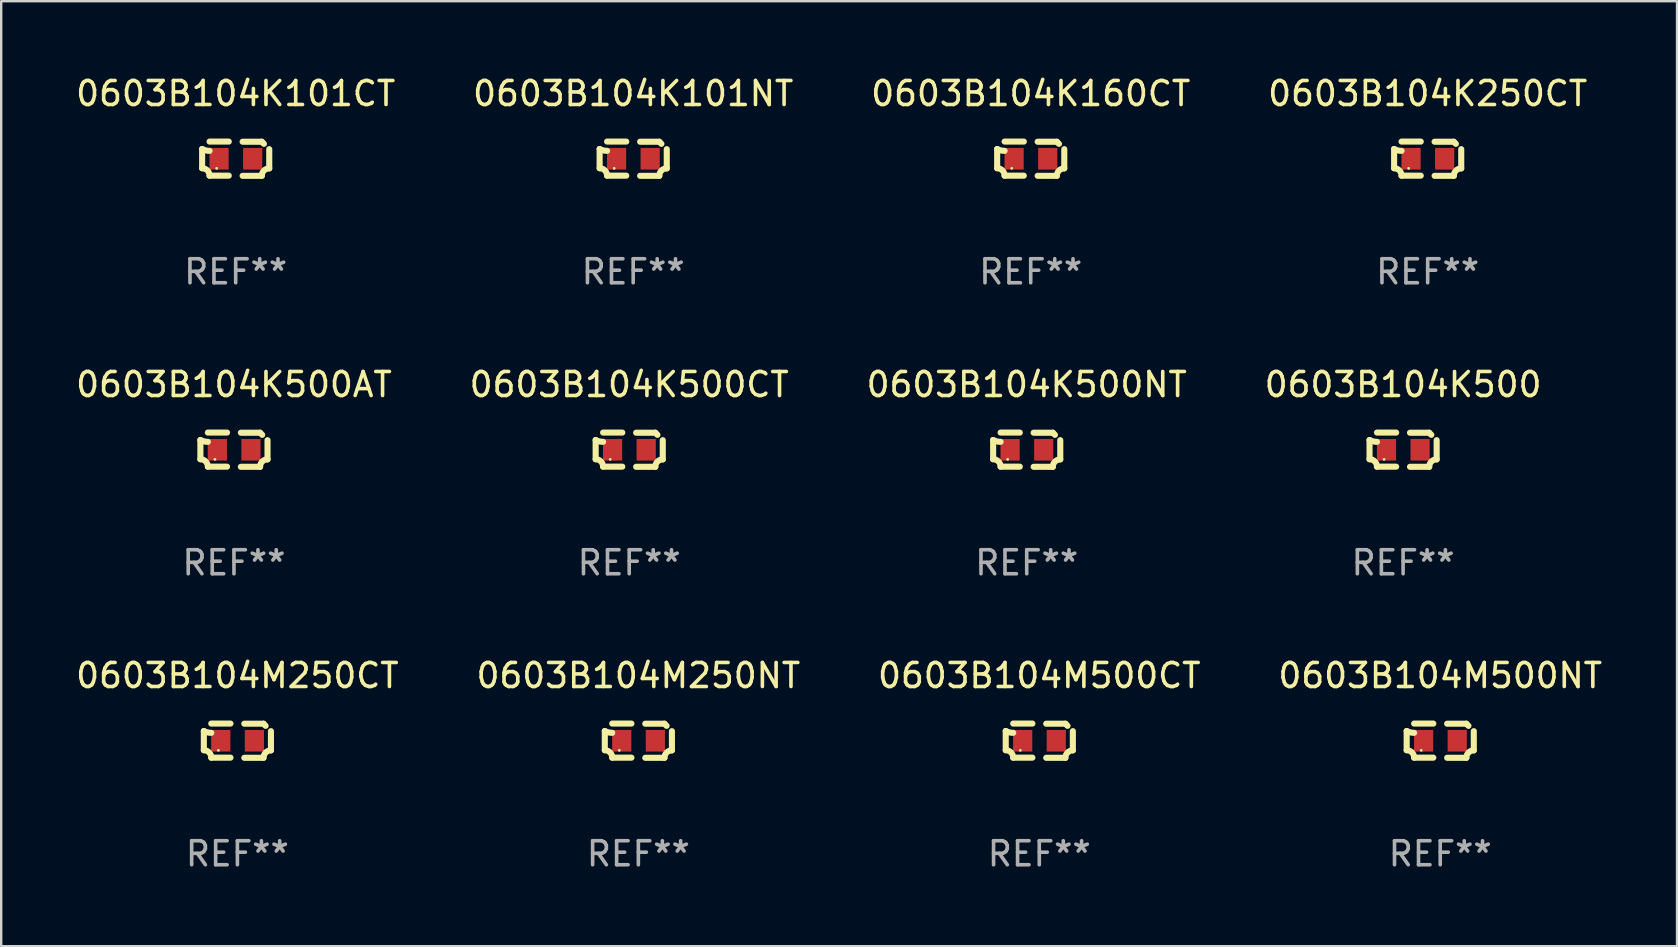
<source format=kicad_pcb>
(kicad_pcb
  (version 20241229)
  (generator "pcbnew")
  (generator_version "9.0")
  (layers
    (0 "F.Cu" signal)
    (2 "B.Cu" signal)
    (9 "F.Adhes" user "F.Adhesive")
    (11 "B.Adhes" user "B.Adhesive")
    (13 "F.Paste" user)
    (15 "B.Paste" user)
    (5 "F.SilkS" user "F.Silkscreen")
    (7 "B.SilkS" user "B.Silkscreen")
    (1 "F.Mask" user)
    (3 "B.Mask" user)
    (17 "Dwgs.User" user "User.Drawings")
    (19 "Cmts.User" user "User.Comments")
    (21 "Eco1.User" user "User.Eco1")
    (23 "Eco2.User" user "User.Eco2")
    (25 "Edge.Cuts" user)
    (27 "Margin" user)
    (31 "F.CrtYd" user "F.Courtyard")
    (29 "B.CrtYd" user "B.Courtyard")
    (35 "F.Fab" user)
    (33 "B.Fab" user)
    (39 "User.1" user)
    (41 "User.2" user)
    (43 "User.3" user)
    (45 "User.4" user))
  (footprint "0603B104K250CT"
    (layer "F.Cu")
    (at 56.423 3.561)
    (property "Reference" "0603B104K250CT" (at 0 -2.713 0) (layer "F.SilkS") (effects (font (size 1 1) (thickness 0.15))))
    (attr through_hole)
    (fp_line (start -1.398 -0.403) (end -1.398 0.397) (stroke (width 0.254) (type solid)) (layer "F.SilkS"))
    (fp_line (start -0.288 -0.713) (end -1.088 -0.713) (stroke (width 0.254) (type solid)) (layer "F.SilkS"))
    (fp_line (start -0.288 0.707) (end -1.088 0.707) (stroke (width 0.254) (type solid)) (layer "F.SilkS"))
    (fp_line (start 0.288 -0.707) (end 1.088 -0.707) (stroke (width 0.254) (type solid)) (layer "F.SilkS"))
    (fp_line (start 0.288 0.713) (end 1.088 0.713) (stroke (width 0.254) (type solid)) (layer "F.SilkS"))
    (fp_line (start 1.398 -0.397) (end 1.398 0.403) (stroke (width 0.254) (type solid)) (layer "F.SilkS"))
    (fp_arc (start -1.397789 0.397066) (mid -1.178701 0.487826) (end -1.08796 0.706922) (stroke (width 0.254001) (type solid)) (layer "F.SilkS"))
    (fp_arc (start -1.08796 -0.327176) (mid -1.247436 -0.346384) (end -1.39779 -0.402908) (stroke (width 0.254001) (type solid)) (layer "F.SilkS"))
    (fp_arc (start 1.087909 0.712738) (mid 1.178656 0.493655) (end 1.397739 0.402908) (stroke (width 0.254001) (type solid)) (layer "F.SilkS"))
    (fp_arc (start 1.175925 -0.618926) (mid 1.131917 -0.662923) (end 1.08791 -0.706922) (stroke (width 0.254001) (type solid)) (layer "F.SilkS"))
    (fp_circle (center -0.792 0.403) (end -0.762 0.403) (stroke (width 0.06) (type solid)) (fill no) (layer "F.SilkS"))
    (fp_text user "REF**" (at 0 4.713 0) (layer "F.Fab") (effects (font (size 1 1) (thickness 0.15))))
    (pad "1" smd rect (at -0.692 0.003) (size 0.8 0.9) (layers "F.Cu" "F.Mask" "F.Paste"))
    (pad "2" smd rect (at 0.708 0.003) (size 0.8 0.9) (layers "F.Cu" "F.Mask" "F.Paste")))
  (footprint "0603B104M250CT"
    (layer "F.Cu")
    (at 6.839 27.805)
    (property "Reference" "0603B104M250CT" (at 0 -2.713 0) (layer "F.SilkS") (effects (font (size 1 1) (thickness 0.15))))
    (attr through_hole)
    (fp_line (start -1.398 -0.403) (end -1.398 0.397) (stroke (width 0.254) (type solid)) (layer "F.SilkS"))
    (fp_line (start -0.288 -0.713) (end -1.088 -0.713) (stroke (width 0.254) (type solid)) (layer "F.SilkS"))
    (fp_line (start -0.288 0.707) (end -1.088 0.707) (stroke (width 0.254) (type solid)) (layer "F.SilkS"))
    (fp_line (start 0.288 -0.707) (end 1.088 -0.707) (stroke (width 0.254) (type solid)) (layer "F.SilkS"))
    (fp_line (start 0.288 0.713) (end 1.088 0.713) (stroke (width 0.254) (type solid)) (layer "F.SilkS"))
    (fp_line (start 1.398 -0.397) (end 1.398 0.403) (stroke (width 0.254) (type solid)) (layer "F.SilkS"))
    (fp_arc (start -1.397789 0.397066) (mid -1.178701 0.487826) (end -1.08796 0.706922) (stroke (width 0.254001) (type solid)) (layer "F.SilkS"))
    (fp_arc (start -1.08796 -0.327176) (mid -1.247436 -0.346384) (end -1.39779 -0.402908) (stroke (width 0.254001) (type solid)) (layer "F.SilkS"))
    (fp_arc (start 1.087909 0.712738) (mid 1.178656 0.493655) (end 1.397739 0.402908) (stroke (width 0.254001) (type solid)) (layer "F.SilkS"))
    (fp_arc (start 1.175925 -0.618926) (mid 1.131917 -0.662923) (end 1.08791 -0.706922) (stroke (width 0.254001) (type solid)) (layer "F.SilkS"))
    (fp_circle (center -0.792 0.403) (end -0.762 0.403) (stroke (width 0.06) (type solid)) (fill no) (layer "F.SilkS"))
    (fp_text user "REF**" (at 0 4.713 0) (layer "F.Fab") (effects (font (size 1 1) (thickness 0.15))))
    (pad "1" smd rect (at -0.692 0.003) (size 0.8 0.9) (layers "F.Cu" "F.Mask" "F.Paste"))
    (pad "2" smd rect (at 0.708 0.003) (size 0.8 0.9) (layers "F.Cu" "F.Mask" "F.Paste")))
  (footprint "0603B104K160CT"
    (layer "F.Cu")
    (at 39.887 3.561)
    (property "Reference" "0603B104K160CT" (at 0 -2.713 0) (layer "F.SilkS") (effects (font (size 1 1) (thickness 0.15))))
    (attr through_hole)
    (fp_line (start -1.398 -0.403) (end -1.398 0.397) (stroke (width 0.254) (type solid)) (layer "F.SilkS"))
    (fp_line (start -0.288 -0.713) (end -1.088 -0.713) (stroke (width 0.254) (type solid)) (layer "F.SilkS"))
    (fp_line (start -0.288 0.707) (end -1.088 0.707) (stroke (width 0.254) (type solid)) (layer "F.SilkS"))
    (fp_line (start 0.288 -0.707) (end 1.088 -0.707) (stroke (width 0.254) (type solid)) (layer "F.SilkS"))
    (fp_line (start 0.288 0.713) (end 1.088 0.713) (stroke (width 0.254) (type solid)) (layer "F.SilkS"))
    (fp_line (start 1.398 -0.397) (end 1.398 0.403) (stroke (width 0.254) (type solid)) (layer "F.SilkS"))
    (fp_arc (start -1.397789 0.397066) (mid -1.178701 0.487826) (end -1.08796 0.706922) (stroke (width 0.254001) (type solid)) (layer "F.SilkS"))
    (fp_arc (start -1.08796 -0.327176) (mid -1.247436 -0.346384) (end -1.39779 -0.402908) (stroke (width 0.254001) (type solid)) (layer "F.SilkS"))
    (fp_arc (start 1.087909 0.712738) (mid 1.178656 0.493655) (end 1.397739 0.402908) (stroke (width 0.254001) (type solid)) (layer "F.SilkS"))
    (fp_arc (start 1.175925 -0.618926) (mid 1.131917 -0.662923) (end 1.08791 -0.706922) (stroke (width 0.254001) (type solid)) (layer "F.SilkS"))
    (fp_circle (center -0.792 0.403) (end -0.762 0.403) (stroke (width 0.06) (type solid)) (fill no) (layer "F.SilkS"))
    (fp_text user "REF**" (at 0 4.713 0) (layer "F.Fab") (effects (font (size 1 1) (thickness 0.15))))
    (pad "1" smd rect (at -0.692 0.003) (size 0.8 0.9) (layers "F.Cu" "F.Mask" "F.Paste"))
    (pad "2" smd rect (at 0.708 0.003) (size 0.8 0.9) (layers "F.Cu" "F.Mask" "F.Paste")))
  (footprint "0603B104M250NT"
    (layer "F.Cu")
    (at 23.542 27.805)
    (property "Reference" "0603B104M250NT" (at 0 -2.713 0) (layer "F.SilkS") (effects (font (size 1 1) (thickness 0.15))))
    (attr through_hole)
    (fp_line (start -1.398 -0.403) (end -1.398 0.397) (stroke (width 0.254) (type solid)) (layer "F.SilkS"))
    (fp_line (start -0.288 -0.713) (end -1.088 -0.713) (stroke (width 0.254) (type solid)) (layer "F.SilkS"))
    (fp_line (start -0.288 0.707) (end -1.088 0.707) (stroke (width 0.254) (type solid)) (layer "F.SilkS"))
    (fp_line (start 0.288 -0.707) (end 1.088 -0.707) (stroke (width 0.254) (type solid)) (layer "F.SilkS"))
    (fp_line (start 0.288 0.713) (end 1.088 0.713) (stroke (width 0.254) (type solid)) (layer "F.SilkS"))
    (fp_line (start 1.398 -0.397) (end 1.398 0.403) (stroke (width 0.254) (type solid)) (layer "F.SilkS"))
    (fp_arc (start -1.397789 0.397066) (mid -1.178701 0.487826) (end -1.08796 0.706922) (stroke (width 0.254001) (type solid)) (layer "F.SilkS"))
    (fp_arc (start -1.08796 -0.327176) (mid -1.247436 -0.346384) (end -1.39779 -0.402908) (stroke (width 0.254001) (type solid)) (layer "F.SilkS"))
    (fp_arc (start 1.087909 0.712738) (mid 1.178656 0.493655) (end 1.397739 0.402908) (stroke (width 0.254001) (type solid)) (layer "F.SilkS"))
    (fp_arc (start 1.175925 -0.618926) (mid 1.131917 -0.662923) (end 1.08791 -0.706922) (stroke (width 0.254001) (type solid)) (layer "F.SilkS"))
    (fp_circle (center -0.792 0.403) (end -0.762 0.403) (stroke (width 0.06) (type solid)) (fill no) (layer "F.SilkS"))
    (fp_text user "REF**" (at 0 4.713 0) (layer "F.Fab") (effects (font (size 1 1) (thickness 0.15))))
    (pad "1" smd rect (at -0.692 0.003) (size 0.8 0.9) (layers "F.Cu" "F.Mask" "F.Paste"))
    (pad "2" smd rect (at 0.708 0.003) (size 0.8 0.9) (layers "F.Cu" "F.Mask" "F.Paste")))
  (footprint "0603B104M500CT"
    (layer "F.Cu")
    (at 40.244 27.805)
    (property "Reference" "0603B104M500CT" (at 0 -2.713 0) (layer "F.SilkS") (effects (font (size 1 1) (thickness 0.15))))
    (attr through_hole)
    (fp_line (start -1.398 -0.403) (end -1.398 0.397) (stroke (width 0.254) (type solid)) (layer "F.SilkS"))
    (fp_line (start -0.288 -0.713) (end -1.088 -0.713) (stroke (width 0.254) (type solid)) (layer "F.SilkS"))
    (fp_line (start -0.288 0.707) (end -1.088 0.707) (stroke (width 0.254) (type solid)) (layer "F.SilkS"))
    (fp_line (start 0.288 -0.707) (end 1.088 -0.707) (stroke (width 0.254) (type solid)) (layer "F.SilkS"))
    (fp_line (start 0.288 0.713) (end 1.088 0.713) (stroke (width 0.254) (type solid)) (layer "F.SilkS"))
    (fp_line (start 1.398 -0.397) (end 1.398 0.403) (stroke (width 0.254) (type solid)) (layer "F.SilkS"))
    (fp_arc (start -1.397789 0.397066) (mid -1.178701 0.487826) (end -1.08796 0.706922) (stroke (width 0.254001) (type solid)) (layer "F.SilkS"))
    (fp_arc (start -1.08796 -0.327176) (mid -1.247436 -0.346384) (end -1.39779 -0.402908) (stroke (width 0.254001) (type solid)) (layer "F.SilkS"))
    (fp_arc (start 1.087909 0.712738) (mid 1.178656 0.493655) (end 1.397739 0.402908) (stroke (width 0.254001) (type solid)) (layer "F.SilkS"))
    (fp_arc (start 1.175925 -0.618926) (mid 1.131917 -0.662923) (end 1.08791 -0.706922) (stroke (width 0.254001) (type solid)) (layer "F.SilkS"))
    (fp_circle (center -0.792 0.403) (end -0.762 0.403) (stroke (width 0.06) (type solid)) (fill no) (layer "F.SilkS"))
    (fp_text user "REF**" (at 0 4.713 0) (layer "F.Fab") (effects (font (size 1 1) (thickness 0.15))))
    (pad "1" smd rect (at -0.692 0.003) (size 0.8 0.9) (layers "F.Cu" "F.Mask" "F.Paste"))
    (pad "2" smd rect (at 0.708 0.003) (size 0.8 0.9) (layers "F.Cu" "F.Mask" "F.Paste")))
  (footprint "0603B104K500CT"
    (layer "F.Cu")
    (at 23.161 15.683)
    (property "Reference" "0603B104K500CT" (at 0 -2.713 0) (layer "F.SilkS") (effects (font (size 1 1) (thickness 0.15))))
    (attr through_hole)
    (fp_line (start -1.398 -0.403) (end -1.398 0.397) (stroke (width 0.254) (type solid)) (layer "F.SilkS"))
    (fp_line (start -0.288 -0.713) (end -1.088 -0.713) (stroke (width 0.254) (type solid)) (layer "F.SilkS"))
    (fp_line (start -0.288 0.707) (end -1.088 0.707) (stroke (width 0.254) (type solid)) (layer "F.SilkS"))
    (fp_line (start 0.288 -0.707) (end 1.088 -0.707) (stroke (width 0.254) (type solid)) (layer "F.SilkS"))
    (fp_line (start 0.288 0.713) (end 1.088 0.713) (stroke (width 0.254) (type solid)) (layer "F.SilkS"))
    (fp_line (start 1.398 -0.397) (end 1.398 0.403) (stroke (width 0.254) (type solid)) (layer "F.SilkS"))
    (fp_arc (start -1.397789 0.397066) (mid -1.178701 0.487826) (end -1.08796 0.706922) (stroke (width 0.254001) (type solid)) (layer "F.SilkS"))
    (fp_arc (start -1.08796 -0.327176) (mid -1.247436 -0.346384) (end -1.39779 -0.402908) (stroke (width 0.254001) (type solid)) (layer "F.SilkS"))
    (fp_arc (start 1.087909 0.712738) (mid 1.178656 0.493655) (end 1.397739 0.402908) (stroke (width 0.254001) (type solid)) (layer "F.SilkS"))
    (fp_arc (start 1.175925 -0.618926) (mid 1.131917 -0.662923) (end 1.08791 -0.706922) (stroke (width 0.254001) (type solid)) (layer "F.SilkS"))
    (fp_circle (center -0.792 0.403) (end -0.762 0.403) (stroke (width 0.06) (type solid)) (fill no) (layer "F.SilkS"))
    (fp_text user "REF**" (at 0 4.713 0) (layer "F.Fab") (effects (font (size 1 1) (thickness 0.15))))
    (pad "1" smd rect (at -0.692 0.003) (size 0.8 0.9) (layers "F.Cu" "F.Mask" "F.Paste"))
    (pad "2" smd rect (at 0.708 0.003) (size 0.8 0.9) (layers "F.Cu" "F.Mask" "F.Paste")))
  (footprint "0603B104K101NT"
    (layer "F.Cu")
    (at 23.327 3.561)
    (property "Reference" "0603B104K101NT" (at 0 -2.713 0) (layer "F.SilkS") (effects (font (size 1 1) (thickness 0.15))))
    (attr through_hole)
    (fp_line (start -1.398 -0.403) (end -1.398 0.397) (stroke (width 0.254) (type solid)) (layer "F.SilkS"))
    (fp_line (start -0.288 -0.713) (end -1.088 -0.713) (stroke (width 0.254) (type solid)) (layer "F.SilkS"))
    (fp_line (start -0.288 0.707) (end -1.088 0.707) (stroke (width 0.254) (type solid)) (layer "F.SilkS"))
    (fp_line (start 0.288 -0.707) (end 1.088 -0.707) (stroke (width 0.254) (type solid)) (layer "F.SilkS"))
    (fp_line (start 0.288 0.713) (end 1.088 0.713) (stroke (width 0.254) (type solid)) (layer "F.SilkS"))
    (fp_line (start 1.398 -0.397) (end 1.398 0.403) (stroke (width 0.254) (type solid)) (layer "F.SilkS"))
    (fp_arc (start -1.397789 0.397066) (mid -1.178701 0.487826) (end -1.08796 0.706922) (stroke (width 0.254001) (type solid)) (layer "F.SilkS"))
    (fp_arc (start -1.08796 -0.327176) (mid -1.247436 -0.346384) (end -1.39779 -0.402908) (stroke (width 0.254001) (type solid)) (layer "F.SilkS"))
    (fp_arc (start 1.087909 0.712738) (mid 1.178656 0.493655) (end 1.397739 0.402908) (stroke (width 0.254001) (type solid)) (layer "F.SilkS"))
    (fp_arc (start 1.175925 -0.618926) (mid 1.131917 -0.662923) (end 1.08791 -0.706922) (stroke (width 0.254001) (type solid)) (layer "F.SilkS"))
    (fp_circle (center -0.792 0.403) (end -0.762 0.403) (stroke (width 0.06) (type solid)) (fill no) (layer "F.SilkS"))
    (fp_text user "REF**" (at 0 4.713 0) (layer "F.Fab") (effects (font (size 1 1) (thickness 0.15))))
    (pad "1" smd rect (at -0.692 0.003) (size 0.8 0.9) (layers "F.Cu" "F.Mask" "F.Paste"))
    (pad "2" smd rect (at 0.708 0.003) (size 0.8 0.9) (layers "F.Cu" "F.Mask" "F.Paste")))
  (footprint "0603B104K500"
    (layer "F.Cu")
    (at 55.399 15.683)
    (property "Reference" "0603B104K500" (at 0 -2.713 0) (layer "F.SilkS") (effects (font (size 1 1) (thickness 0.15))))
    (attr through_hole)
    (fp_line (start -1.398 -0.403) (end -1.398 0.397) (stroke (width 0.254) (type solid)) (layer "F.SilkS"))
    (fp_line (start -0.288 -0.713) (end -1.088 -0.713) (stroke (width 0.254) (type solid)) (layer "F.SilkS"))
    (fp_line (start -0.288 0.707) (end -1.088 0.707) (stroke (width 0.254) (type solid)) (layer "F.SilkS"))
    (fp_line (start 0.288 -0.707) (end 1.088 -0.707) (stroke (width 0.254) (type solid)) (layer "F.SilkS"))
    (fp_line (start 0.288 0.713) (end 1.088 0.713) (stroke (width 0.254) (type solid)) (layer "F.SilkS"))
    (fp_line (start 1.398 -0.397) (end 1.398 0.403) (stroke (width 0.254) (type solid)) (layer "F.SilkS"))
    (fp_arc (start -1.397789 0.397066) (mid -1.178701 0.487826) (end -1.08796 0.706922) (stroke (width 0.254001) (type solid)) (layer "F.SilkS"))
    (fp_arc (start -1.08796 -0.327176) (mid -1.247436 -0.346384) (end -1.39779 -0.402908) (stroke (width 0.254001) (type solid)) (layer "F.SilkS"))
    (fp_arc (start 1.087909 0.712738) (mid 1.178656 0.493655) (end 1.397739 0.402908) (stroke (width 0.254001) (type solid)) (layer "F.SilkS"))
    (fp_arc (start 1.175925 -0.618926) (mid 1.131917 -0.662923) (end 1.08791 -0.706922) (stroke (width 0.254001) (type solid)) (layer "F.SilkS"))
    (fp_circle (center -0.792 0.403) (end -0.762 0.403) (stroke (width 0.06) (type solid)) (fill no) (layer "F.SilkS"))
    (fp_text user "REF**" (at 0 4.713 0) (layer "F.Fab") (effects (font (size 1 1) (thickness 0.15))))
    (pad "1" smd rect (at -0.692 0.003) (size 0.8 0.9) (layers "F.Cu" "F.Mask" "F.Paste"))
    (pad "2" smd rect (at 0.708 0.003) (size 0.8 0.9) (layers "F.Cu" "F.Mask" "F.Paste")))
  (footprint "0603B104K500AT"
    (layer "F.Cu")
    (at 6.696 15.683)
    (property "Reference" "0603B104K500AT" (at 0 -2.713 0) (layer "F.SilkS") (effects (font (size 1 1) (thickness 0.15))))
    (attr through_hole)
    (fp_line (start -1.398 -0.403) (end -1.398 0.397) (stroke (width 0.254) (type solid)) (layer "F.SilkS"))
    (fp_line (start -0.288 -0.713) (end -1.088 -0.713) (stroke (width 0.254) (type solid)) (layer "F.SilkS"))
    (fp_line (start -0.288 0.707) (end -1.088 0.707) (stroke (width 0.254) (type solid)) (layer "F.SilkS"))
    (fp_line (start 0.288 -0.707) (end 1.088 -0.707) (stroke (width 0.254) (type solid)) (layer "F.SilkS"))
    (fp_line (start 0.288 0.713) (end 1.088 0.713) (stroke (width 0.254) (type solid)) (layer "F.SilkS"))
    (fp_line (start 1.398 -0.397) (end 1.398 0.403) (stroke (width 0.254) (type solid)) (layer "F.SilkS"))
    (fp_arc (start -1.397789 0.397066) (mid -1.178701 0.487826) (end -1.08796 0.706922) (stroke (width 0.254001) (type solid)) (layer "F.SilkS"))
    (fp_arc (start -1.08796 -0.327176) (mid -1.247436 -0.346384) (end -1.39779 -0.402908) (stroke (width 0.254001) (type solid)) (layer "F.SilkS"))
    (fp_arc (start 1.087909 0.712738) (mid 1.178656 0.493655) (end 1.397739 0.402908) (stroke (width 0.254001) (type solid)) (layer "F.SilkS"))
    (fp_arc (start 1.175925 -0.618926) (mid 1.131917 -0.662923) (end 1.08791 -0.706922) (stroke (width 0.254001) (type solid)) (layer "F.SilkS"))
    (fp_circle (center -0.792 0.403) (end -0.762 0.403) (stroke (width 0.06) (type solid)) (fill no) (layer "F.SilkS"))
    (fp_text user "REF**" (at 0 4.713 0) (layer "F.Fab") (effects (font (size 1 1) (thickness 0.15))))
    (pad "1" smd rect (at -0.692 0.003) (size 0.8 0.9) (layers "F.Cu" "F.Mask" "F.Paste"))
    (pad "2" smd rect (at 0.708 0.003) (size 0.8 0.9) (layers "F.Cu" "F.Mask" "F.Paste")))
  (footprint "0603B104K101CT"
    (layer "F.Cu")
    (at 6.768 3.561)
    (property "Reference" "0603B104K101CT" (at 0 -2.713 0) (layer "F.SilkS") (effects (font (size 1 1) (thickness 0.15))))
    (attr through_hole)
    (fp_line (start -1.398 -0.403) (end -1.398 0.397) (stroke (width 0.254) (type solid)) (layer "F.SilkS"))
    (fp_line (start -0.288 -0.713) (end -1.088 -0.713) (stroke (width 0.254) (type solid)) (layer "F.SilkS"))
    (fp_line (start -0.288 0.707) (end -1.088 0.707) (stroke (width 0.254) (type solid)) (layer "F.SilkS"))
    (fp_line (start 0.288 -0.707) (end 1.088 -0.707) (stroke (width 0.254) (type solid)) (layer "F.SilkS"))
    (fp_line (start 0.288 0.713) (end 1.088 0.713) (stroke (width 0.254) (type solid)) (layer "F.SilkS"))
    (fp_line (start 1.398 -0.397) (end 1.398 0.403) (stroke (width 0.254) (type solid)) (layer "F.SilkS"))
    (fp_arc (start -1.397789 0.397066) (mid -1.178701 0.487826) (end -1.08796 0.706922) (stroke (width 0.254001) (type solid)) (layer "F.SilkS"))
    (fp_arc (start -1.08796 -0.327176) (mid -1.247436 -0.346384) (end -1.39779 -0.402908) (stroke (width 0.254001) (type solid)) (layer "F.SilkS"))
    (fp_arc (start 1.087909 0.712738) (mid 1.178656 0.493655) (end 1.397739 0.402908) (stroke (width 0.254001) (type solid)) (layer "F.SilkS"))
    (fp_arc (start 1.175925 -0.618926) (mid 1.131917 -0.662923) (end 1.08791 -0.706922) (stroke (width 0.254001) (type solid)) (layer "F.SilkS"))
    (fp_circle (center -0.792 0.403) (end -0.762 0.403) (stroke (width 0.06) (type solid)) (fill no) (layer "F.SilkS"))
    (fp_text user "REF**" (at 0 4.713 0) (layer "F.Fab") (effects (font (size 1 1) (thickness 0.15))))
    (pad "1" smd rect (at -0.692 0.003) (size 0.8 0.9) (layers "F.Cu" "F.Mask" "F.Paste"))
    (pad "2" smd rect (at 0.708 0.003) (size 0.8 0.9) (layers "F.Cu" "F.Mask" "F.Paste")))
  (footprint "0603B104M500NT"
    (layer "F.Cu")
    (at 56.946 27.805)
    (property "Reference" "0603B104M500NT" (at 0 -2.713 0) (layer "F.SilkS") (effects (font (size 1 1) (thickness 0.15))))
    (attr through_hole)
    (fp_line (start -1.398 -0.403) (end -1.398 0.397) (stroke (width 0.254) (type solid)) (layer "F.SilkS"))
    (fp_line (start -0.288 -0.713) (end -1.088 -0.713) (stroke (width 0.254) (type solid)) (layer "F.SilkS"))
    (fp_line (start -0.288 0.707) (end -1.088 0.707) (stroke (width 0.254) (type solid)) (layer "F.SilkS"))
    (fp_line (start 0.288 -0.707) (end 1.088 -0.707) (stroke (width 0.254) (type solid)) (layer "F.SilkS"))
    (fp_line (start 0.288 0.713) (end 1.088 0.713) (stroke (width 0.254) (type solid)) (layer "F.SilkS"))
    (fp_line (start 1.398 -0.397) (end 1.398 0.403) (stroke (width 0.254) (type solid)) (layer "F.SilkS"))
    (fp_arc (start -1.397789 0.397066) (mid -1.178701 0.487826) (end -1.08796 0.706922) (stroke (width 0.254001) (type solid)) (layer "F.SilkS"))
    (fp_arc (start -1.08796 -0.327176) (mid -1.247436 -0.346384) (end -1.39779 -0.402908) (stroke (width 0.254001) (type solid)) (layer "F.SilkS"))
    (fp_arc (start 1.087909 0.712738) (mid 1.178656 0.493655) (end 1.397739 0.402908) (stroke (width 0.254001) (type solid)) (layer "F.SilkS"))
    (fp_arc (start 1.175925 -0.618926) (mid 1.131917 -0.662923) (end 1.08791 -0.706922) (stroke (width 0.254001) (type solid)) (layer "F.SilkS"))
    (fp_circle (center -0.792 0.403) (end -0.762 0.403) (stroke (width 0.06) (type solid)) (fill no) (layer "F.SilkS"))
    (fp_text user "REF**" (at 0 4.713 0) (layer "F.Fab") (effects (font (size 1 1) (thickness 0.15))))
    (pad "1" smd rect (at -0.692 0.003) (size 0.8 0.9) (layers "F.Cu" "F.Mask" "F.Paste"))
    (pad "2" smd rect (at 0.708 0.003) (size 0.8 0.9) (layers "F.Cu" "F.Mask" "F.Paste")))
  (footprint "0603B104K500NT"
    (layer "F.Cu")
    (at 39.72 15.683)
    (property "Reference" "0603B104K500NT" (at 0 -2.713 0) (layer "F.SilkS") (effects (font (size 1 1) (thickness 0.15))))
    (attr through_hole)
    (fp_line (start -1.398 -0.403) (end -1.398 0.397) (stroke (width 0.254) (type solid)) (layer "F.SilkS"))
    (fp_line (start -0.288 -0.713) (end -1.088 -0.713) (stroke (width 0.254) (type solid)) (layer "F.SilkS"))
    (fp_line (start -0.288 0.707) (end -1.088 0.707) (stroke (width 0.254) (type solid)) (layer "F.SilkS"))
    (fp_line (start 0.288 -0.707) (end 1.088 -0.707) (stroke (width 0.254) (type solid)) (layer "F.SilkS"))
    (fp_line (start 0.288 0.713) (end 1.088 0.713) (stroke (width 0.254) (type solid)) (layer "F.SilkS"))
    (fp_line (start 1.398 -0.397) (end 1.398 0.403) (stroke (width 0.254) (type solid)) (layer "F.SilkS"))
    (fp_arc (start -1.397789 0.397066) (mid -1.178701 0.487826) (end -1.08796 0.706922) (stroke (width 0.254001) (type solid)) (layer "F.SilkS"))
    (fp_arc (start -1.08796 -0.327176) (mid -1.247436 -0.346384) (end -1.39779 -0.402908) (stroke (width 0.254001) (type solid)) (layer "F.SilkS"))
    (fp_arc (start 1.087909 0.712738) (mid 1.178656 0.493655) (end 1.397739 0.402908) (stroke (width 0.254001) (type solid)) (layer "F.SilkS"))
    (fp_arc (start 1.175925 -0.618926) (mid 1.131917 -0.662923) (end 1.08791 -0.706922) (stroke (width 0.254001) (type solid)) (layer "F.SilkS"))
    (fp_circle (center -0.792 0.403) (end -0.762 0.403) (stroke (width 0.06) (type solid)) (fill no) (layer "F.SilkS"))
    (fp_text user "REF**" (at 0 4.713 0) (layer "F.Fab") (effects (font (size 1 1) (thickness 0.15))))
    (pad "1" smd rect (at -0.692 0.003) (size 0.8 0.9) (layers "F.Cu" "F.Mask" "F.Paste"))
    (pad "2" smd rect (at 0.708 0.003) (size 0.8 0.9) (layers "F.Cu" "F.Mask" "F.Paste")))
  (gr_rect
    (start -3 -3)
    (end 66.81 36.366)
    (stroke (width 0.1) (type default))
    (fill no)
    (layer "Edge.Cuts")))
</source>
